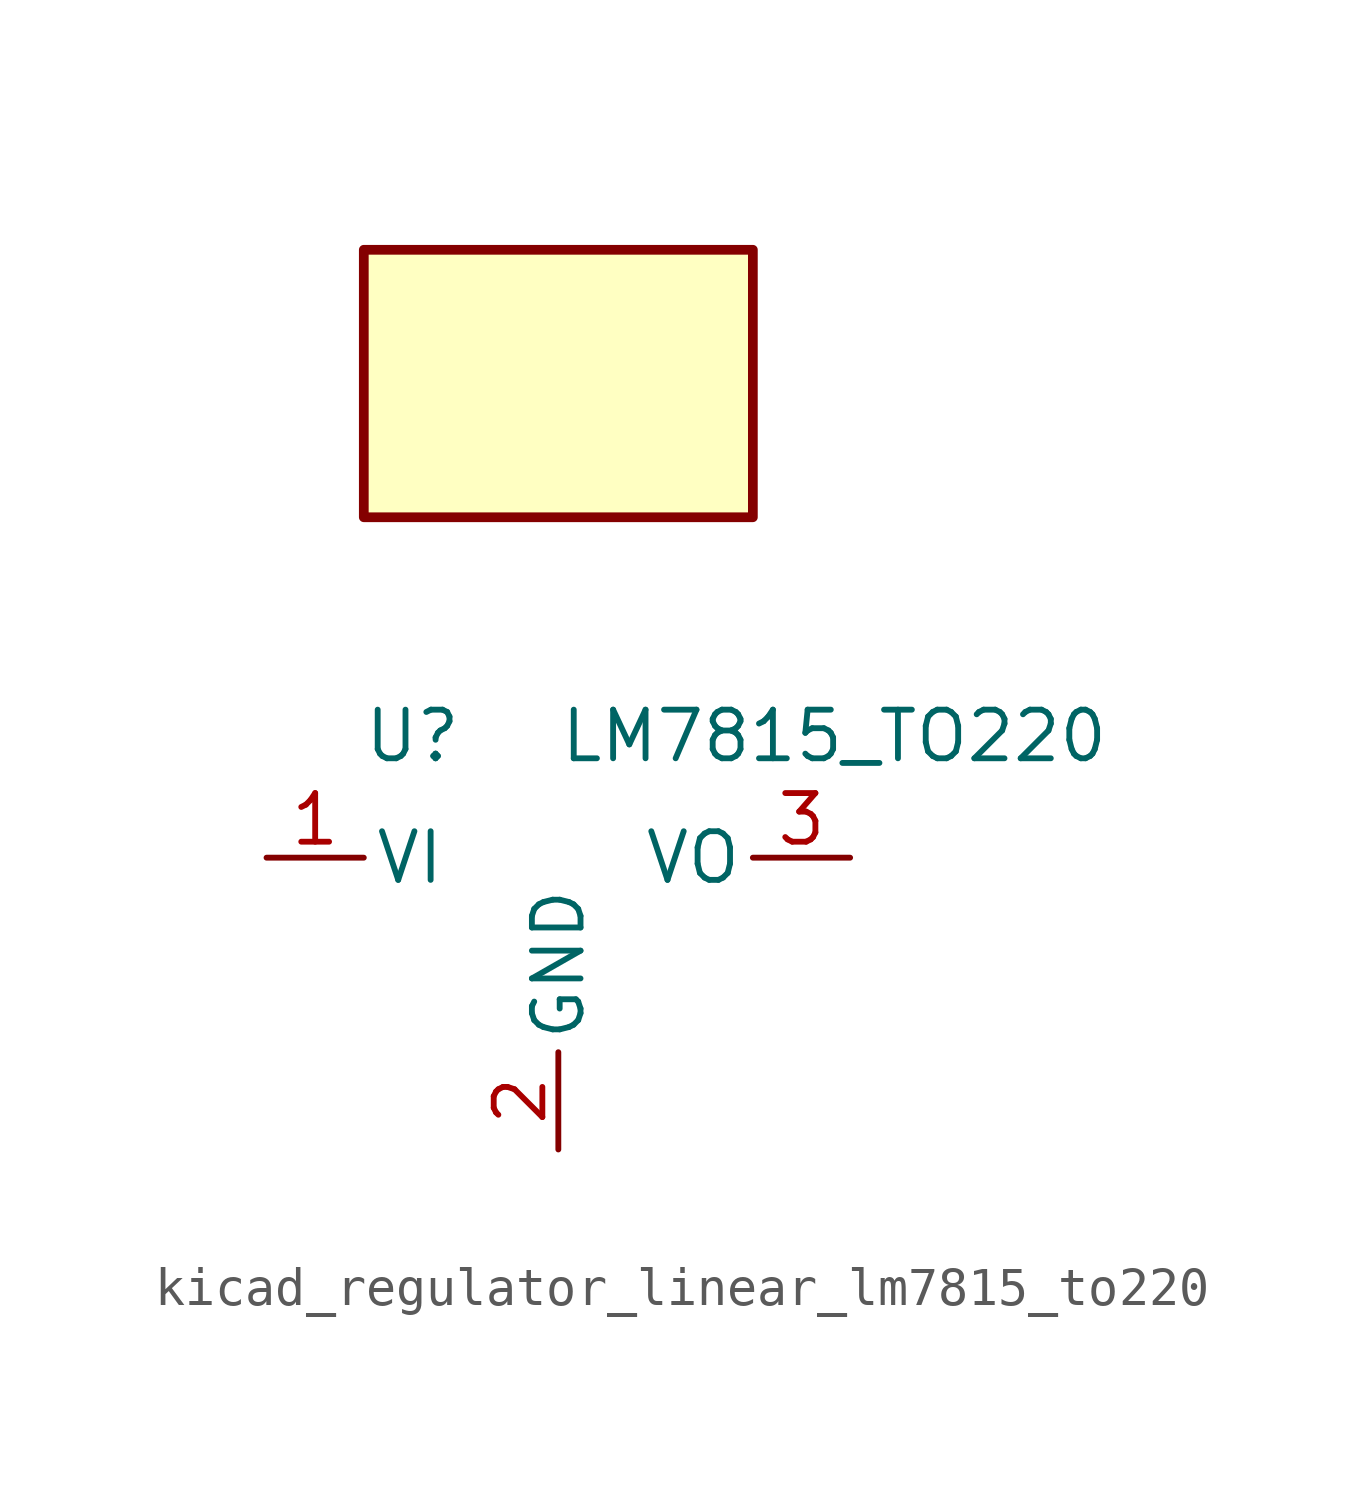
<source format=kicad_sym>
(kicad_symbol_lib
  (version 20220914)
  (generator kicad_symbol_editor)
  (symbol "kicad_regulator_linear_lm7815_to220"
    (pin_names
      (offset 0.254))
    (property "Reference" "U"
      (at -3.81 3.175 0)
      (effects (font (size 1.27 1.27))))
    (property "Value" "LM7815_TO220"
      (at 0 3.175 0)
      (effects (font (size 1.27 1.27)) (justify left)))
    (symbol "kicad_regulator_linear_lm7815_to220_0_1"
      (rectangle (start 5.08 15.875) (end -5.08 8.89) (stroke (width 0.254) (type default)) (fill (type background))))
    (symbol "kicad_regulator_linear_lm7815_to220_1_1"
      (pin power_in line (at -7.62 0 0) (length 2.54) (name "VI" (effects (font (size 1.27 1.27)))) (number "1" (effects (font (size 1.27 1.27)))))
      (pin power_in line (at 0 -7.62 90) (length 2.54) (name "GND" (effects (font (size 1.27 1.27)))) (number "2" (effects (font (size 1.27 1.27)))))
      (pin power_out line (at 7.62 0 180) (length 2.54) (name "VO" (effects (font (size 1.27 1.27)))) (number "3" (effects (font (size 1.27 1.27))))))))
</source>
